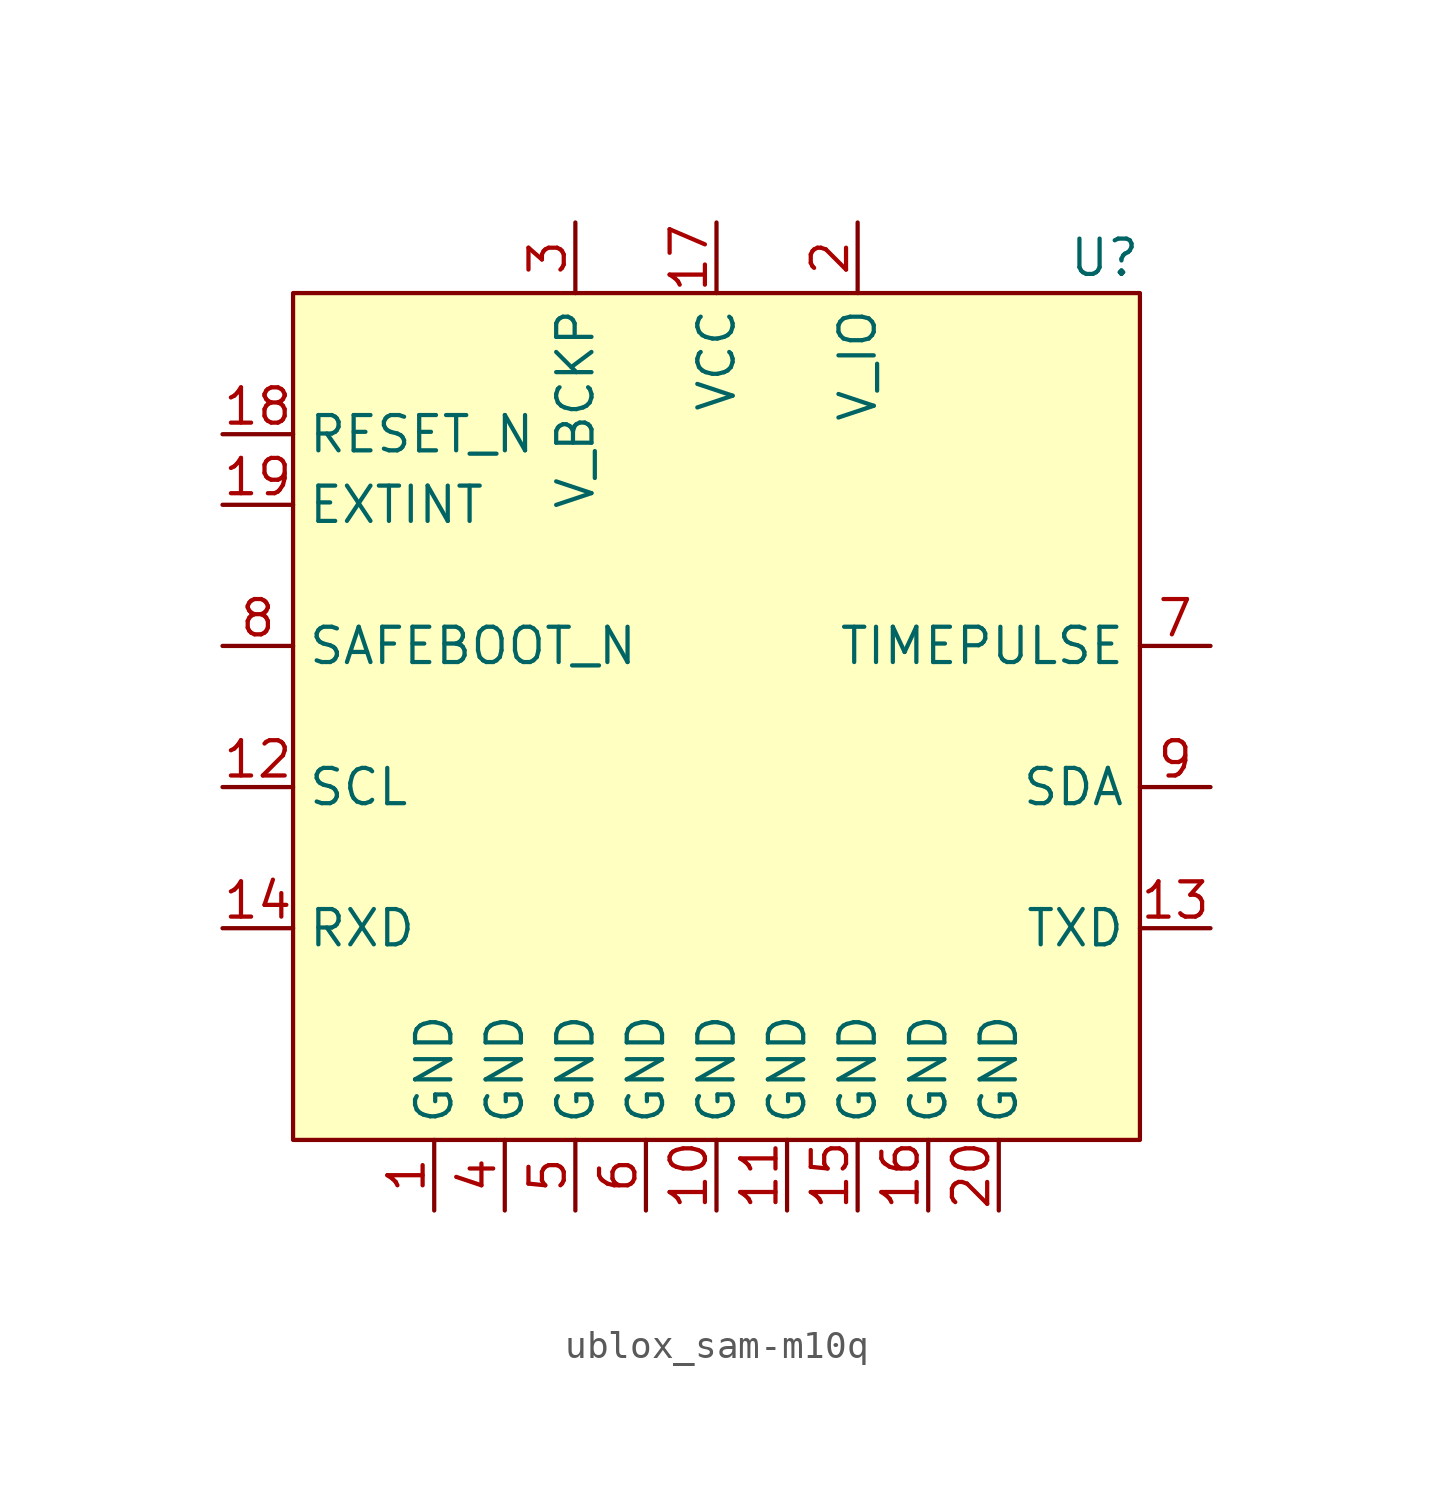
<source format=kicad_sym>
(kicad_symbol_lib
  (version 20231120)
  (generator "kicad_symbol_editor")
  (generator_version "8.0")
  (symbol "ublox_sam-m10q"
    (property "Reference" "U"
      (at 13.97 16.51 0)
      (effects (font (size 1.27 1.27))))
    (property "Value" ""
      (at 0 0 0)
      (effects (font (size 1.27 1.27))))
    (symbol "ublox_sam-m10q_0_0"
      (pin power_in line (at -10.16 -17.78 90) (length 2.54) (name "GND" (effects (font (size 1.27 1.27)))) (number "1" (effects (font (size 1.27 1.27)))))
      (pin power_in line (at 0 -17.78 90) (length 2.54) (name "GND" (effects (font (size 1.27 1.27)))) (number "10" (effects (font (size 1.27 1.27)))))
      (pin power_in line (at 2.54 -17.78 90) (length 2.54) (name "GND" (effects (font (size 1.27 1.27)))) (number "11" (effects (font (size 1.27 1.27)))))
      (pin input line (at -17.78 -2.54 0) (length 2.54) (name "SCL" (effects (font (size 1.27 1.27)))) (number "12" (effects (font (size 1.27 1.27)))))
      (pin output line (at 17.78 -7.62 180) (length 2.54) (name "TXD" (effects (font (size 1.27 1.27)))) (number "13" (effects (font (size 1.27 1.27)))))
      (pin input line (at -17.78 -7.62 0) (length 2.54) (name "RXD" (effects (font (size 1.27 1.27)))) (number "14" (effects (font (size 1.27 1.27)))))
      (pin power_in line (at 5.08 -17.78 90) (length 2.54) (name "GND" (effects (font (size 1.27 1.27)))) (number "15" (effects (font (size 1.27 1.27)))))
      (pin power_in line (at 7.62 -17.78 90) (length 2.54) (name "GND" (effects (font (size 1.27 1.27)))) (number "16" (effects (font (size 1.27 1.27)))))
      (pin power_in line (at 0 17.78 270) (length 2.54) (name "VCC" (effects (font (size 1.27 1.27)))) (number "17" (effects (font (size 1.27 1.27)))))
      (pin input line (at -17.78 10.16 0) (length 2.54) (name "RESET_N" (effects (font (size 1.27 1.27)))) (number "18" (effects (font (size 1.27 1.27)))))
      (pin input line (at -17.78 7.62 0) (length 2.54) (name "EXTINT" (effects (font (size 1.27 1.27)))) (number "19" (effects (font (size 1.27 1.27)))))
      (pin power_in line (at 5.08 17.78 270) (length 2.54) (name "V_IO" (effects (font (size 1.27 1.27)))) (number "2" (effects (font (size 1.27 1.27)))))
      (pin power_in line (at 10.16 -17.78 90) (length 2.54) (name "GND" (effects (font (size 1.27 1.27)))) (number "20" (effects (font (size 1.27 1.27)))))
      (pin power_in line (at -5.08 17.78 270) (length 2.54) (name "V_BCKP" (effects (font (size 1.27 1.27)))) (number "3" (effects (font (size 1.27 1.27)))))
      (pin power_in line (at -7.62 -17.78 90) (length 2.54) (name "GND" (effects (font (size 1.27 1.27)))) (number "4" (effects (font (size 1.27 1.27)))))
      (pin power_in line (at -5.08 -17.78 90) (length 2.54) (name "GND" (effects (font (size 1.27 1.27)))) (number "5" (effects (font (size 1.27 1.27)))))
      (pin power_in line (at -2.54 -17.78 90) (length 2.54) (name "GND" (effects (font (size 1.27 1.27)))) (number "6" (effects (font (size 1.27 1.27)))))
      (pin output line (at 17.78 2.54 180) (length 2.54) (name "TIMEPULSE" (effects (font (size 1.27 1.27)))) (number "7" (effects (font (size 1.27 1.27)))))
      (pin input line (at -17.78 2.54 0) (length 2.54) (name "SAFEBOOT_N" (effects (font (size 1.27 1.27)))) (number "8" (effects (font (size 1.27 1.27)))))
      (pin bidirectional line (at 17.78 -2.54 180) (length 2.54) (name "SDA" (effects (font (size 1.27 1.27)))) (number "9" (effects (font (size 1.27 1.27))))))
    (symbol "ublox_sam-m10q_1_1"
      (rectangle (start -15.24 15.24) (end 15.24 -15.24) (stroke (width 0) (type default)) (fill (type background))))))
</source>
